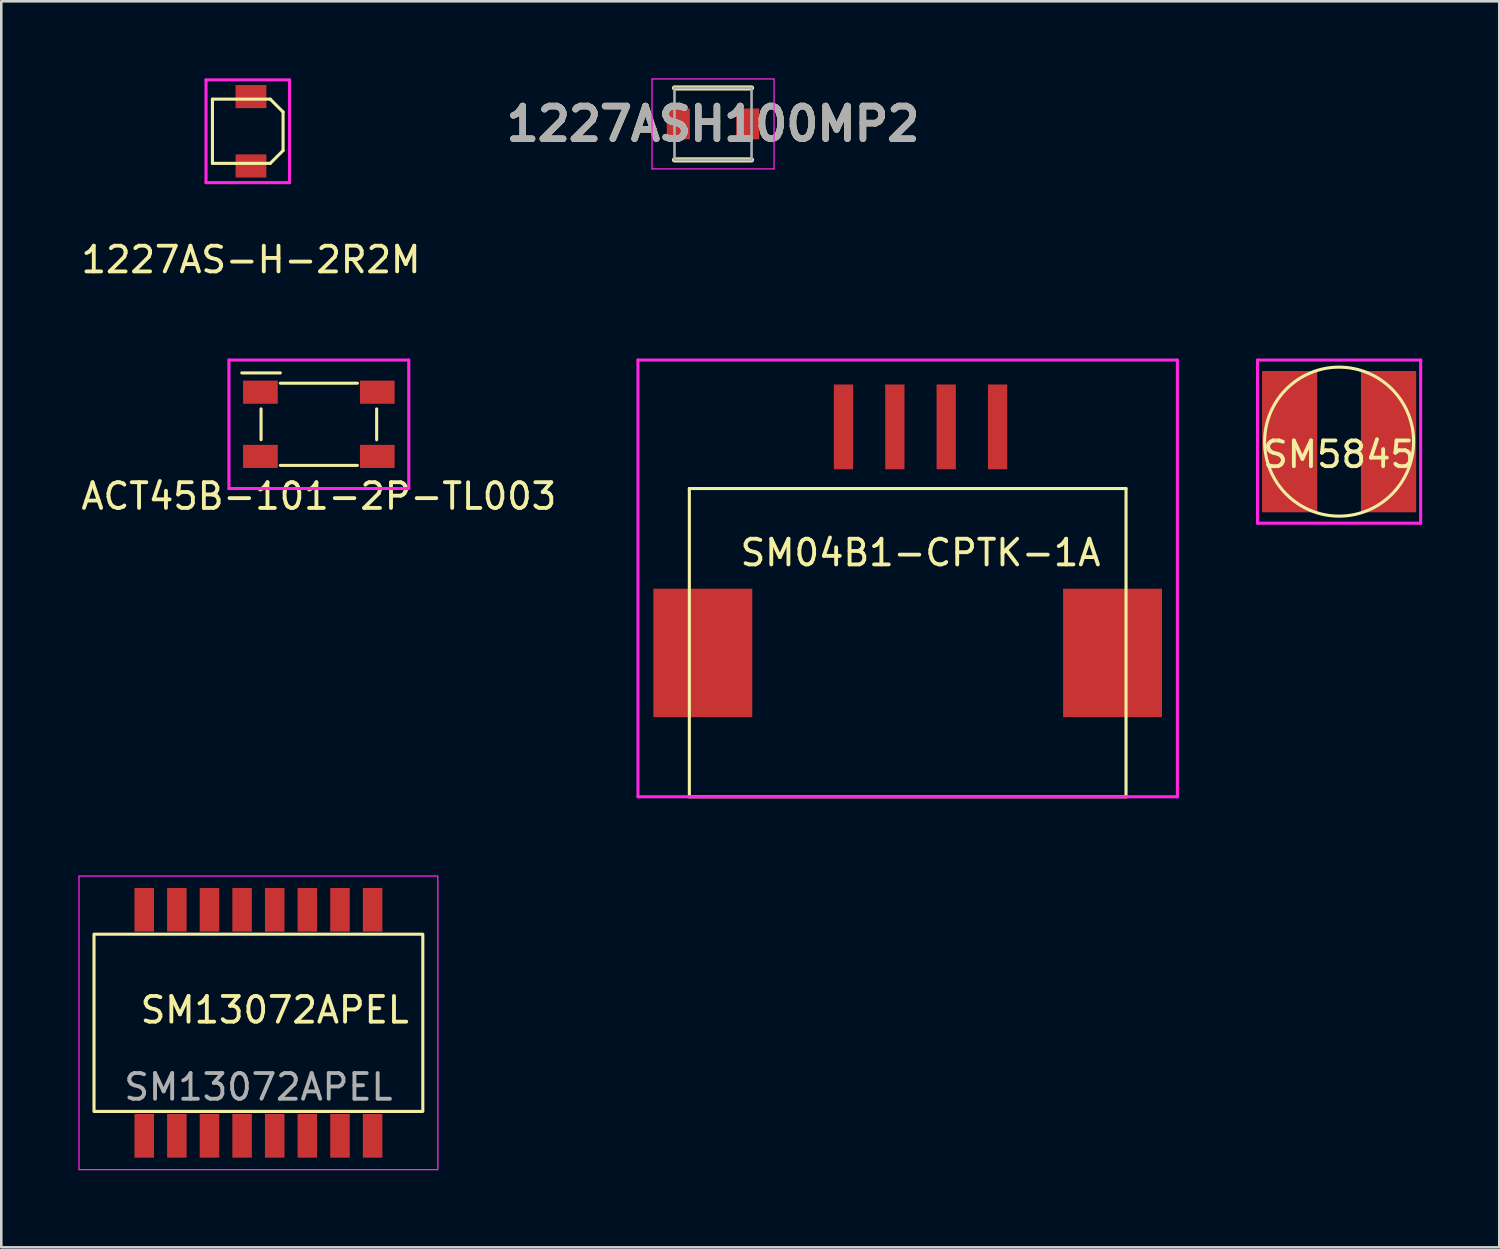
<source format=kicad_pcb>
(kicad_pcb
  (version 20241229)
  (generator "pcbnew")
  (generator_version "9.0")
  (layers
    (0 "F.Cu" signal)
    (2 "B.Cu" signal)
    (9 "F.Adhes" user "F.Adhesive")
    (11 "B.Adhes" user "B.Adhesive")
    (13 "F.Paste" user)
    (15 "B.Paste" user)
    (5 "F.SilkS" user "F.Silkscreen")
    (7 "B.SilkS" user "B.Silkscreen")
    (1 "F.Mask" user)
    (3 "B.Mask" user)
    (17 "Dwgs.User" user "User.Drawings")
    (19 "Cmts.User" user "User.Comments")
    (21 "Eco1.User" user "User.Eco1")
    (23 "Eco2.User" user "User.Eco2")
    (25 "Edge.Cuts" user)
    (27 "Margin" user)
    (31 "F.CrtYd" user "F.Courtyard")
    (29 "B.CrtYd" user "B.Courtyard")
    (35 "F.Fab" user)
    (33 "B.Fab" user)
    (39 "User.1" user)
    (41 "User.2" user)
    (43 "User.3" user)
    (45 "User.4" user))
  (footprint "1227AS-H-2R2M"
    (layer "F.Cu")
    (at 6.72 2.06)
    (property "Reference" "1227AS-H-2R2M" (at 0 5 0) (layer "F.SilkS") (effects (font (size 1 1) (thickness 0.15))))
    (attr through_hole)
    (fp_line (start -1.5 -1.25) (end 0.75 -1.25) (stroke (width 0.12) (type solid)) (layer "F.SilkS"))
    (fp_line (start -1.5 1.25) (end -1.5 -1.25) (stroke (width 0.12) (type solid)) (layer "F.SilkS"))
    (fp_line (start 0.75 -1.25) (end 1.25 -0.75) (stroke (width 0.12) (type solid)) (layer "F.SilkS"))
    (fp_line (start 0.75 1.25) (end -1.5 1.25) (stroke (width 0.12) (type solid)) (layer "F.SilkS"))
    (fp_line (start 1.25 -0.75) (end 1.25 0.75) (stroke (width 0.12) (type solid)) (layer "F.SilkS"))
    (fp_line (start 1.25 0.75) (end 0.75 1.25) (stroke (width 0.12) (type solid)) (layer "F.SilkS"))
    (fp_line (start -1.75 -2) (end 1.5 -2) (stroke (width 0.12) (type solid)) (layer "F.CrtYd"))
    (fp_line (start -1.75 2) (end -1.75 -2) (stroke (width 0.12) (type solid)) (layer "F.CrtYd"))
    (fp_line (start 1.5 -2) (end 1.5 2) (stroke (width 0.12) (type solid)) (layer "F.CrtYd"))
    (fp_line (start 1.5 2) (end -1.75 2) (stroke (width 0.12) (type solid)) (layer "F.CrtYd"))
    (pad "1" smd rect (at 0 -1.35) (size 1.2 0.9) (layers "F.Cu" "F.Mask" "F.Paste"))
    (pad "2" smd rect (at 0 1.35) (size 1.2 0.9) (layers "F.Cu" "F.Mask" "F.Paste")))
  (footprint "ACT45B-101-2P-TL003"
    (layer "F.Cu")
    (at 9.363 13.468)
    (property "Reference" "ACT45B-101-2P-TL003" (at 0 2.8 0) (layer "F.SilkS") (effects (font (size 1 1) (thickness 0.15))))
    (attr smd)
    (fp_line (start -3 -2) (end -1.5 -2) (stroke (width 0.12) (type solid)) (layer "F.SilkS"))
    (fp_line (start -2.25 0.6) (end -2.25 -0.6) (stroke (width 0.12) (type solid)) (layer "F.SilkS"))
    (fp_line (start -1.5 -1.6) (end 1.5 -1.6) (stroke (width 0.12) (type solid)) (layer "F.SilkS"))
    (fp_line (start 1.5 1.6) (end -1.5 1.6) (stroke (width 0.12) (type solid)) (layer "F.SilkS"))
    (fp_line (start 2.25 -0.6) (end 2.25 0.6) (stroke (width 0.12) (type solid)) (layer "F.SilkS"))
    (fp_line (start -3.5 -2.5) (end 3.5 -2.5) (stroke (width 0.12) (type solid)) (layer "F.CrtYd"))
    (fp_line (start -3.5 2.5) (end -3.5 -2.5) (stroke (width 0.12) (type solid)) (layer "F.CrtYd"))
    (fp_line (start 3.5 -2.5) (end 3.5 2.5) (stroke (width 0.12) (type solid)) (layer "F.CrtYd"))
    (fp_line (start 3.5 2.5) (end -3.5 2.5) (stroke (width 0.12) (type solid)) (layer "F.CrtYd"))
    (pad "1" smd rect (at -2.275 -1.25) (size 1.35 0.9) (layers "F.Cu" "F.Mask" "F.Paste"))
    (pad "2" smd rect (at -2.275 1.25) (size 1.35 0.9) (layers "F.Cu" "F.Mask" "F.Paste"))
    (pad "3" smd rect (at 2.275 -1.25) (size 1.35 0.9) (layers "F.Cu" "F.Mask" "F.Paste"))
    (pad "4" smd rect (at 2.275 1.25) (size 1.35 0.9) (layers "F.Cu" "F.Mask" "F.Paste")))
  (footprint "1227ASH100MP2"
    (layer "F.Cu")
    (at 24.708 1.775)
    (property "Reference" "1227ASH100MP2" (at 0 0 0) (layer "F.SilkS") (effects (font (size 1.27 1.27) (thickness 0.254))))
    (attr smd)
    (fp_line (start -1.5 1.4) (end 1.5 1.4) (stroke (width 0.2) (type solid)) (layer "F.SilkS"))
    (fp_line (start 1.5 -1.4) (end -1.5 -1.4) (stroke (width 0.2) (type solid)) (layer "F.SilkS"))
    (fp_line (start -2.375 -1.75) (end 2.375 -1.75) (stroke (width 0.05) (type solid)) (layer "F.CrtYd"))
    (fp_line (start -2.375 1.75) (end -2.375 -1.75) (stroke (width 0.05) (type solid)) (layer "F.CrtYd"))
    (fp_line (start 2.375 -1.75) (end 2.375 1.75) (stroke (width 0.05) (type solid)) (layer "F.CrtYd"))
    (fp_line (start 2.375 1.75) (end -2.375 1.75) (stroke (width 0.05) (type solid)) (layer "F.CrtYd"))
    (fp_line (start -1.5 -1.4) (end 1.5 -1.4) (stroke (width 0.1) (type solid)) (layer "F.Fab"))
    (fp_line (start -1.5 1.4) (end -1.5 -1.4) (stroke (width 0.1) (type solid)) (layer "F.Fab"))
    (fp_line (start 1.5 -1.4) (end 1.5 1.4) (stroke (width 0.1) (type solid)) (layer "F.Fab"))
    (fp_line (start 1.5 1.4) (end -1.5 1.4) (stroke (width 0.1) (type solid)) (layer "F.Fab"))
    (fp_text user "${REFERENCE}" (at 0 0 0) (layer "F.Fab") (effects (font (size 1.27 1.27) (thickness 0.254))))
    (pad "1" smd rect (at -1.35 0) (size 0.9 1.2) (layers "F.Cu" "F.Mask" "F.Paste"))
    (pad "2" smd rect (at 1.35 0) (size 0.9 1.2) (layers "F.Cu" "F.Mask" "F.Paste")))
  (footprint "SM04B1-CPTK-1A"
    (layer "F.Cu")
    (at 32.786 17.968)
    (property "Reference" "SM04B1-CPTK-1A" (at 0 0.5 0) (layer "F.SilkS") (effects (font (size 1 1) (thickness 0.15))))
    (attr through_hole)
    (fp_line (start -9 -2) (end -9 10) (stroke (width 0.12) (type solid)) (layer "F.SilkS"))
    (fp_line (start -9 10) (end 8 10) (stroke (width 0.12) (type solid)) (layer "F.SilkS"))
    (fp_line (start 8 -2) (end -9 -2) (stroke (width 0.12) (type solid)) (layer "F.SilkS"))
    (fp_line (start 8 10) (end 8 -2) (stroke (width 0.12) (type solid)) (layer "F.SilkS"))
    (fp_line (start -11 -7) (end 10 -7) (stroke (width 0.12) (type solid)) (layer "F.CrtYd"))
    (fp_line (start -11 10) (end -11 -7) (stroke (width 0.12) (type solid)) (layer "F.CrtYd"))
    (fp_line (start 10 -7) (end 10 10) (stroke (width 0.12) (type solid)) (layer "F.CrtYd"))
    (fp_line (start 10 10) (end -11 10) (stroke (width 0.12) (type solid)) (layer "F.CrtYd"))
    (pad "" smd rect (at -8.475 4.4) (size 3.85 5) (layers "F.Cu" "F.Mask" "F.Paste"))
    (pad "" smd rect (at 7.475 4.4) (size 3.85 5) (layers "F.Cu" "F.Mask" "F.Paste"))
    (pad "1" smd rect (at 3 -4.4) (size 0.75 3.3) (layers "F.Cu" "F.Mask" "F.Paste"))
    (pad "2" smd rect (at 1 -4.4) (size 0.75 3.3) (layers "F.Cu" "F.Mask" "F.Paste"))
    (pad "3" smd rect (at -1 -4.4) (size 0.75 3.3) (layers "F.Cu" "F.Mask" "F.Paste"))
    (pad "4" smd rect (at -3 -4.4) (size 0.75 3.3) (layers "F.Cu" "F.Mask" "F.Paste")))
  (footprint "SM5845"
    (layer "F.Cu")
    (at 49.081 14.143)
    (property "Reference" "SM5845" (at 0 0.5 0) (layer "F.SilkS") (effects (font (size 1 1) (thickness 0.15))))
    (attr through_hole)
    (fp_circle (center 0 0) (end 2.9 0) (stroke (width 0.12) (type solid)) (fill no) (layer "F.SilkS"))
    (fp_line (start -3.175 -3.175) (end 3.175 -3.175) (stroke (width 0.12) (type solid)) (layer "F.CrtYd"))
    (fp_line (start -3.175 3.175) (end -3.175 -3.175) (stroke (width 0.12) (type solid)) (layer "F.CrtYd"))
    (fp_line (start 3.175 -3.175) (end 3.175 3.175) (stroke (width 0.12) (type solid)) (layer "F.CrtYd"))
    (fp_line (start 3.175 3.175) (end -3.175 3.175) (stroke (width 0.12) (type solid)) (layer "F.CrtYd"))
    (pad "1" smd rect (at -1.925 0) (size 2.15 5.5) (layers "F.Cu" "F.Mask" "F.Paste"))
    (pad "1" smd rect (at 1.925 0) (size 2.15 5.5) (layers "F.Cu" "F.Mask" "F.Paste")))
  (footprint "SM13072APEL"
    (layer "F.Cu")
    (at 7.01 36.768)
    (property "Reference" "SM13072APEL" (at 0.635 -0.5 0) (unlocked yes) (layer "F.SilkS") (effects (font (size 1 1) (thickness 0.15))))
    (attr smd)
    (fp_rect (start -6.4 -3.45) (end 6.4 3.45) (stroke (width 0.12) (type solid)) (fill no) (layer "F.SilkS"))
    (fp_rect (start -6.985 -5.715) (end 6.985 5.715) (stroke (width 0.05) (type solid)) (fill no) (layer "F.CrtYd"))
    (fp_text user "${REFERENCE}" (at 0 2.5 0) (unlocked yes) (layer "F.Fab") (effects (font (size 1 1) (thickness 0.15))))
    (pad "1" smd rect (at -4.445 -4.4) (size 0.76 1.7) (layers "F.Cu" "F.Mask" "F.Paste"))
    (pad "2" smd rect (at -3.175 -4.4) (size 0.76 1.7) (layers "F.Cu" "F.Mask" "F.Paste"))
    (pad "3" smd rect (at -1.905 -4.4) (size 0.76 1.7) (layers "F.Cu" "F.Mask" "F.Paste"))
    (pad "4" smd rect (at -0.635 -4.4) (size 0.76 1.7) (layers "F.Cu" "F.Mask" "F.Paste"))
    (pad "5" smd rect (at 0.635 -4.4) (size 0.76 1.7) (layers "F.Cu" "F.Mask" "F.Paste"))
    (pad "6" smd rect (at 1.905 -4.4) (size 0.76 1.7) (layers "F.Cu" "F.Mask" "F.Paste"))
    (pad "7" smd rect (at 3.175 -4.4) (size 0.76 1.7) (layers "F.Cu" "F.Mask" "F.Paste"))
    (pad "8" smd rect (at 4.445 -4.4) (size 0.76 1.7) (layers "F.Cu" "F.Mask" "F.Paste"))
    (pad "9" smd rect (at 4.445 4.4) (size 0.76 1.7) (layers "F.Cu" "F.Mask" "F.Paste"))
    (pad "10" smd rect (at 3.175 4.4) (size 0.76 1.7) (layers "F.Cu" "F.Mask" "F.Paste"))
    (pad "11" smd rect (at 1.905 4.4) (size 0.76 1.7) (layers "F.Cu" "F.Mask" "F.Paste"))
    (pad "12" smd rect (at 0.635 4.4) (size 0.76 1.7) (layers "F.Cu" "F.Mask" "F.Paste"))
    (pad "13" smd rect (at -0.635 4.4) (size 0.76 1.7) (layers "F.Cu" "F.Mask" "F.Paste"))
    (pad "14" smd rect (at -1.905 4.4) (size 0.76 1.7) (layers "F.Cu" "F.Mask" "F.Paste"))
    (pad "15" smd rect (at -3.175 4.4) (size 0.76 1.7) (layers "F.Cu" "F.Mask" "F.Paste"))
    (pad "16" smd rect (at -4.445 4.4) (size 0.76 1.7) (layers "F.Cu" "F.Mask" "F.Paste")))
  (gr_rect
    (start -3 -3)
    (end 55.316 45.508)
    (stroke (width 0.1) (type default))
    (fill no)
    (layer "Edge.Cuts")))
</source>
